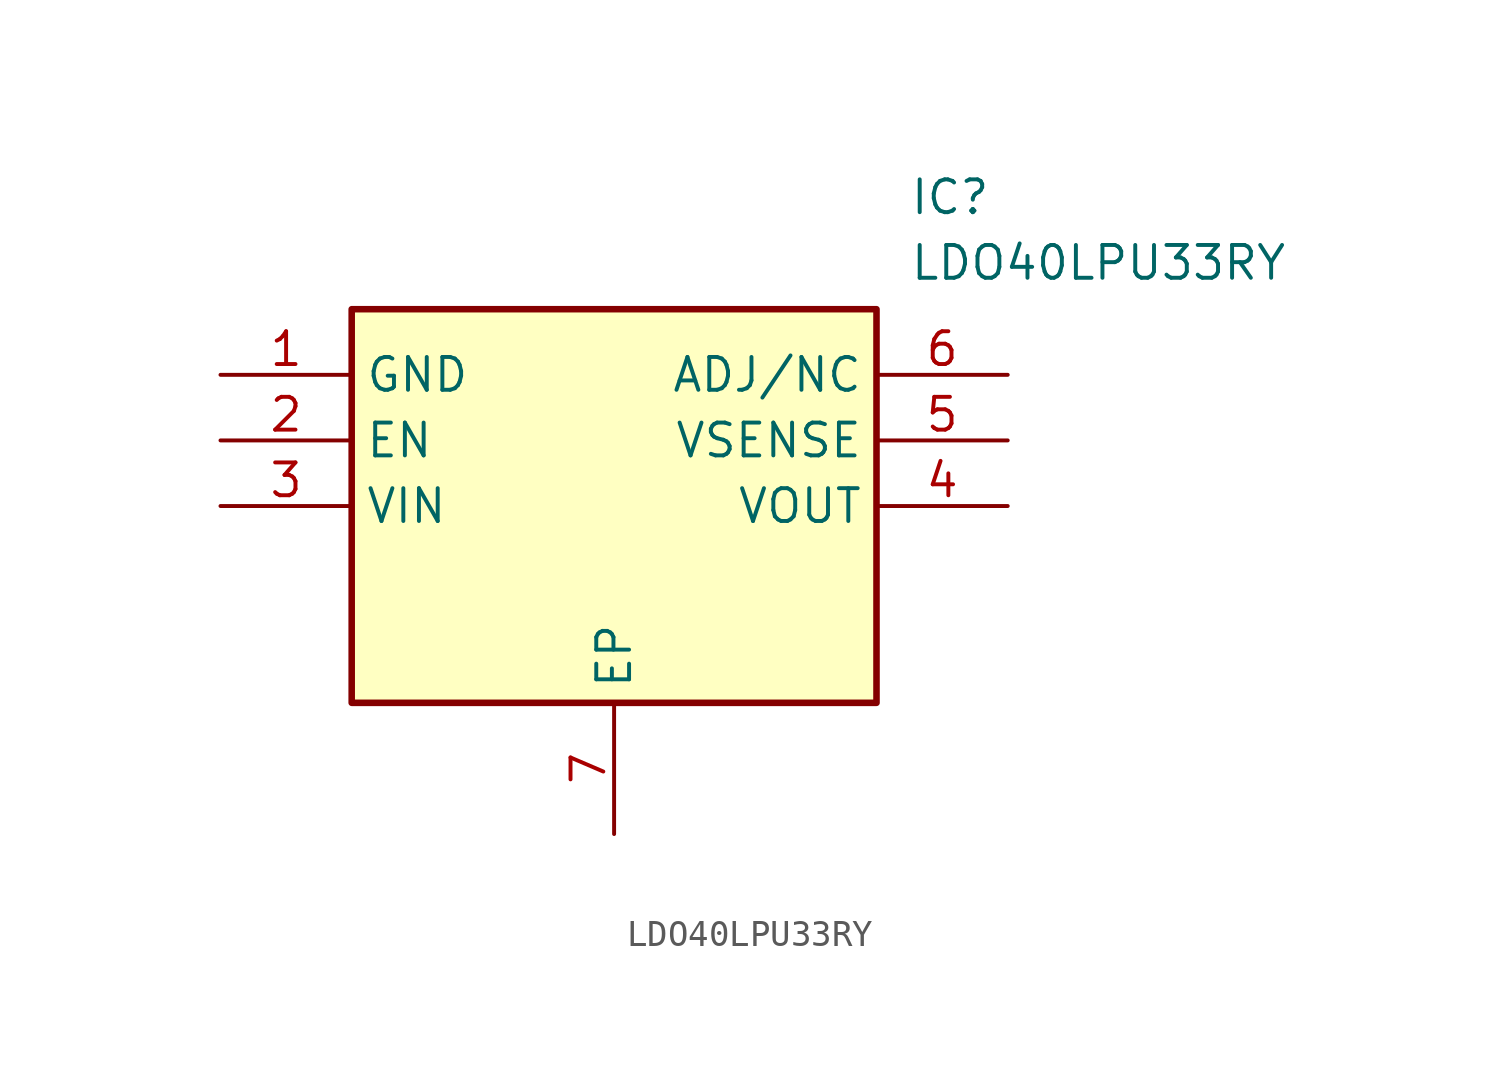
<source format=kicad_sym>
(kicad_symbol_lib
  (version 20211014)
  (generator SamacSys_ECAD_Model)
  (symbol "LDO40LPU33RY"
    (property "Reference" "IC"
      (at 26.67 7.62 0)
      (effects (font (size 1.27 1.27)) (justify left top)))
    (property "Value" "LDO40LPU33RY"
      (at 26.67 5.08 0)
      (effects (font (size 1.27 1.27)) (justify left top)))
    (rectangle
      (start 5.08 2.54)
      (end 25.4 -12.7)
      (stroke (width 0.254) (type default))
      (fill (type background)))
    (pin passive line
      (at 0 0 0)
      (length 5.08)
      (name "GND" (effects (font (size 1.27 1.27))))
      (number "1" (effects (font (size 1.27 1.27)))))
    (pin passive line
      (at 0 -2.54 0)
      (length 5.08)
      (name "EN" (effects (font (size 1.27 1.27))))
      (number "2" (effects (font (size 1.27 1.27)))))
    (pin passive line
      (at 0 -5.08 0)
      (length 5.08)
      (name "VIN" (effects (font (size 1.27 1.27))))
      (number "3" (effects (font (size 1.27 1.27)))))
    (pin passive line
      (at 15.24 -17.78 90)
      (length 5.08)
      (name "EP" (effects (font (size 1.27 1.27))))
      (number "7" (effects (font (size 1.27 1.27)))))
    (pin passive line
      (at 30.48 0 180)
      (length 5.08)
      (name "ADJ/NC" (effects (font (size 1.27 1.27))))
      (number "6" (effects (font (size 1.27 1.27)))))
    (pin passive line
      (at 30.48 -2.54 180)
      (length 5.08)
      (name "VSENSE" (effects (font (size 1.27 1.27))))
      (number "5" (effects (font (size 1.27 1.27)))))
    (pin passive line
      (at 30.48 -5.08 180)
      (length 5.08)
      (name "VOUT" (effects (font (size 1.27 1.27))))
      (number "4" (effects (font (size 1.27 1.27)))))))
</source>
